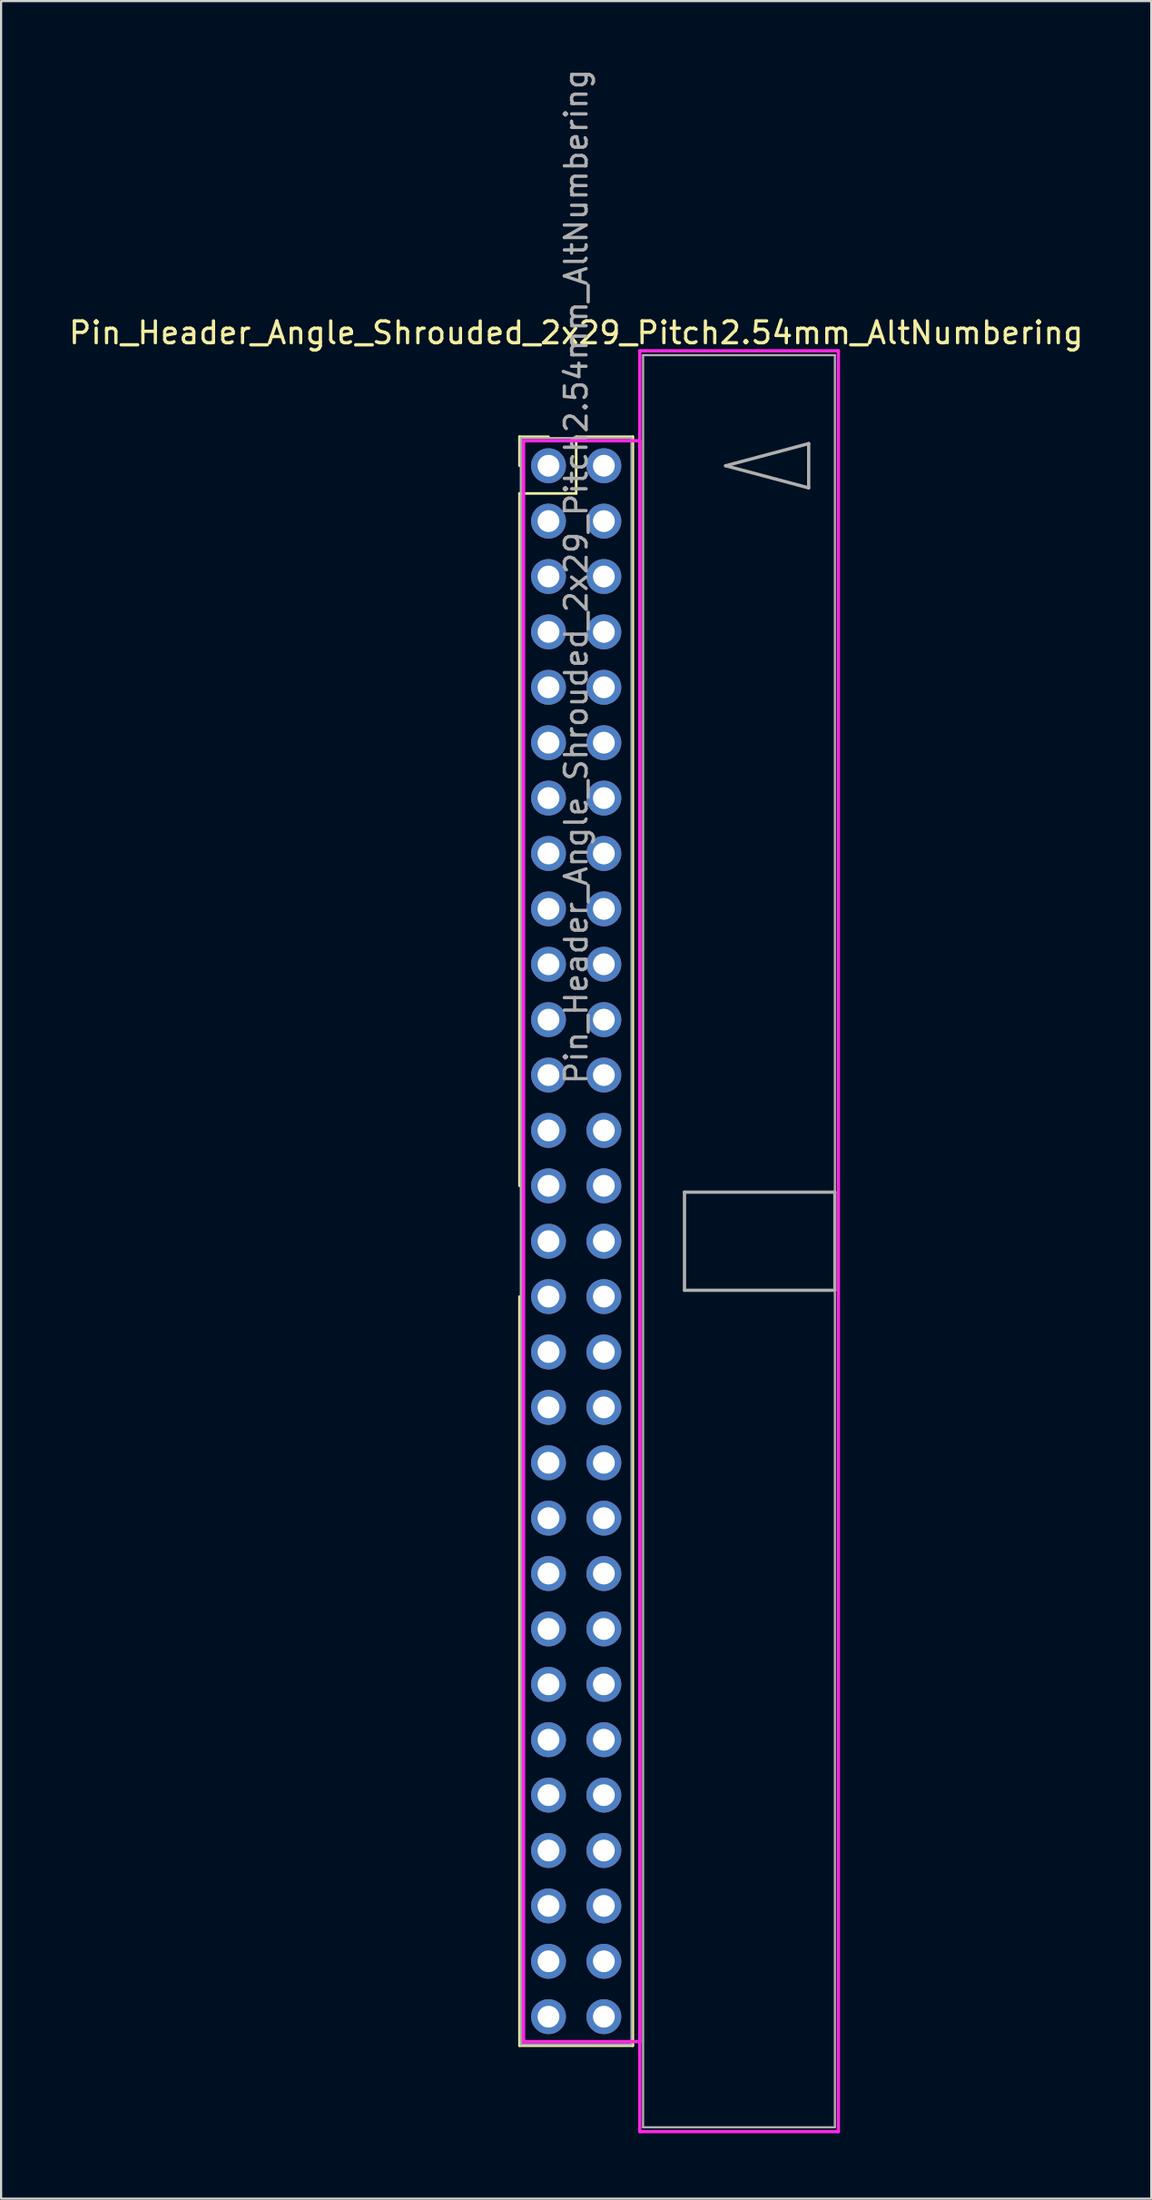
<source format=kicad_pcb>
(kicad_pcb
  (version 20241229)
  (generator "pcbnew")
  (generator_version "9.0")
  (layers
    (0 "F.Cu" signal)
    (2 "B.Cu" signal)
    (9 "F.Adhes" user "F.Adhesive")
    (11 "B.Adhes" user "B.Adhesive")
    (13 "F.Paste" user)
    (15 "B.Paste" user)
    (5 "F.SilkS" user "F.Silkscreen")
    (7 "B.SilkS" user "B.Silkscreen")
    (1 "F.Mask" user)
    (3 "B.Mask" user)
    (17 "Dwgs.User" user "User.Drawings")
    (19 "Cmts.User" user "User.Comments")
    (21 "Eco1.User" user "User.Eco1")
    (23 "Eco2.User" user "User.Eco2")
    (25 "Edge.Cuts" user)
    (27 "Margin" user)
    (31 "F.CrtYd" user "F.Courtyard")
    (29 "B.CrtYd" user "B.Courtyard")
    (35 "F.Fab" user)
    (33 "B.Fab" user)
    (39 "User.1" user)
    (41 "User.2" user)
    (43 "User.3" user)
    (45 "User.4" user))
  (footprint "Pin_Header_Angle_Shrouded_2x29_Pitch2.54mm_AltNumbering"
    (layer "F.Cu")
    (at 22.117 18.307)
    (property "Reference" "Pin_Header_Angle_Shrouded_2x29_Pitch2.54mm_AltNumbering" (at 1.27 -6.096 0) (layer "F.SilkS") (effects (font (size 1 1) (thickness 0.15))))
    (attr through_hole)
    (fp_line (start -1.33 -1.33) (end 0 -1.33) (stroke (width 0.12) (type solid)) (layer "F.SilkS"))
    (fp_line (start -1.33 0) (end -1.33 -1.33) (stroke (width 0.12) (type solid)) (layer "F.SilkS"))
    (fp_line (start -1.33 1.27) (end -1.33 33.02) (stroke (width 0.12) (type solid)) (layer "F.SilkS"))
    (fp_line (start -1.33 1.27) (end 1.27 1.27) (stroke (width 0.12) (type solid)) (layer "F.SilkS"))
    (fp_line (start -1.33 38.1) (end -1.33 72.45) (stroke (width 0.12) (type solid)) (layer "F.SilkS"))
    (fp_line (start -1.33 72.45) (end 3.87 72.45) (stroke (width 0.12) (type solid)) (layer "F.SilkS"))
    (fp_line (start 1.27 -1.33) (end 3.87 -1.33) (stroke (width 0.12) (type solid)) (layer "F.SilkS"))
    (fp_line (start 1.27 1.27) (end 1.27 -1.33) (stroke (width 0.12) (type solid)) (layer "F.SilkS"))
    (fp_line (start 3.87 -1.33) (end 3.87 72.45) (stroke (width 0.12) (type solid)) (layer "F.SilkS"))
    (fp_line (start -1.143 -1.143) (end -1.143 72.263) (stroke (width 0.15) (type solid)) (layer "F.CrtYd"))
    (fp_line (start -1.143 72.263) (end 4.19 72.263) (stroke (width 0.15) (type solid)) (layer "F.CrtYd"))
    (fp_line (start 4.19 -5.27) (end 4.19 76.39) (stroke (width 0.15) (type solid)) (layer "F.CrtYd"))
    (fp_line (start 4.19 -1.143) (end -1.143 -1.143) (stroke (width 0.15) (type solid)) (layer "F.CrtYd"))
    (fp_line (start 4.19 72.263) (end 4.19 -1.143) (stroke (width 0.15) (type solid)) (layer "F.CrtYd"))
    (fp_line (start 4.19 76.39) (end 13.3 76.39) (stroke (width 0.15) (type solid)) (layer "F.CrtYd"))
    (fp_line (start 13.3 -5.27) (end 4.19 -5.27) (stroke (width 0.15) (type solid)) (layer "F.CrtYd"))
    (fp_line (start 13.3 76.39) (end 13.3 -5.27) (stroke (width 0.15) (type solid)) (layer "F.CrtYd"))
    (fp_line (start -1.27 -1.27) (end -1.27 72.39) (stroke (width 0.1) (type solid)) (layer "F.Fab"))
    (fp_line (start -1.27 72.39) (end 3.81 72.39) (stroke (width 0.1) (type solid)) (layer "F.Fab"))
    (fp_line (start 3.81 -1.27) (end -1.27 -1.27) (stroke (width 0.1) (type solid)) (layer "F.Fab"))
    (fp_line (start 3.81 72.39) (end 3.81 -1.27) (stroke (width 0.1) (type solid)) (layer "F.Fab"))
    (fp_line (start 4.34 -5.07) (end 4.34 76.19) (stroke (width 0.1) (type solid)) (layer "F.Fab"))
    (fp_line (start 4.34 76.19) (end 13.14 76.19) (stroke (width 0.1) (type solid)) (layer "F.Fab"))
    (fp_line (start 6.24 33.31) (end 6.24 37.81) (stroke (width 0.15) (type solid)) (layer "F.Fab"))
    (fp_line (start 6.24 37.81) (end 13.14 37.81) (stroke (width 0.15) (type solid)) (layer "F.Fab"))
    (fp_line (start 8.128 0) (end 11.938 -1.016) (stroke (width 0.15) (type solid)) (layer "F.Fab"))
    (fp_line (start 11.938 -1.016) (end 11.938 1.016) (stroke (width 0.15) (type solid)) (layer "F.Fab"))
    (fp_line (start 11.938 1.016) (end 8.128 0) (stroke (width 0.15) (type solid)) (layer "F.Fab"))
    (fp_line (start 13.14 -5.07) (end 4.34 -5.07) (stroke (width 0.1) (type solid)) (layer "F.Fab"))
    (fp_line (start 13.14 33.31) (end 6.24 33.31) (stroke (width 0.15) (type solid)) (layer "F.Fab"))
    (fp_line (start 13.14 37.81) (end 13.14 33.31) (stroke (width 0.15) (type solid)) (layer "F.Fab"))
    (fp_line (start 13.14 76.19) (end 13.14 -5.07) (stroke (width 0.1) (type solid)) (layer "F.Fab"))
    (fp_text user "${REFERENCE}" (at 1.27 5.08 90) (layer "F.Fab") (effects (font (size 1 1) (thickness 0.15))))
    (pad "1" thru_hole oval (at 0 0) (size 1.6 1.6) (drill 1) (layers "*.Cu" "*.Mask"))
    (pad "2" thru_hole oval (at 0 2.54) (size 1.6 1.6) (drill 1) (layers "*.Cu" "*.Mask"))
    (pad "3" thru_hole oval (at 0 5.08) (size 1.6 1.6) (drill 1) (layers "*.Cu" "*.Mask"))
    (pad "4" thru_hole oval (at 0 7.62) (size 1.6 1.6) (drill 1) (layers "*.Cu" "*.Mask"))
    (pad "5" thru_hole oval (at 0 10.16) (size 1.6 1.6) (drill 1) (layers "*.Cu" "*.Mask"))
    (pad "6" thru_hole oval (at 0 12.7) (size 1.6 1.6) (drill 1) (layers "*.Cu" "*.Mask"))
    (pad "7" thru_hole oval (at 0 15.24) (size 1.6 1.6) (drill 1) (layers "*.Cu" "*.Mask"))
    (pad "8" thru_hole oval (at 0 17.78) (size 1.6 1.6) (drill 1) (layers "*.Cu" "*.Mask"))
    (pad "9" thru_hole oval (at 0 20.32) (size 1.6 1.6) (drill 1) (layers "*.Cu" "*.Mask"))
    (pad "10" thru_hole oval (at 0 22.86) (size 1.6 1.6) (drill 1) (layers "*.Cu" "*.Mask"))
    (pad "11" thru_hole oval (at 0 25.4) (size 1.6 1.6) (drill 1) (layers "*.Cu" "*.Mask"))
    (pad "12" thru_hole oval (at 0 27.94) (size 1.6 1.6) (drill 1) (layers "*.Cu" "*.Mask"))
    (pad "13" thru_hole oval (at 0 30.48) (size 1.6 1.6) (drill 1) (layers "*.Cu" "*.Mask"))
    (pad "14" thru_hole oval (at 0 33.02) (size 1.6 1.6) (drill 1) (layers "*.Cu" "*.Mask"))
    (pad "15" thru_hole oval (at 0 35.56) (size 1.6 1.6) (drill 1) (layers "*.Cu" "*.Mask"))
    (pad "16" thru_hole oval (at 0 38.1) (size 1.6 1.6) (drill 1) (layers "*.Cu" "*.Mask"))
    (pad "17" thru_hole oval (at 0 40.64) (size 1.6 1.6) (drill 1) (layers "*.Cu" "*.Mask"))
    (pad "18" thru_hole oval (at 0 43.18) (size 1.6 1.6) (drill 1) (layers "*.Cu" "*.Mask"))
    (pad "19" thru_hole oval (at 0 45.72) (size 1.6 1.6) (drill 1) (layers "*.Cu" "*.Mask"))
    (pad "20" thru_hole oval (at 0 48.26) (size 1.6 1.6) (drill 1) (layers "*.Cu" "*.Mask"))
    (pad "21" thru_hole oval (at 0 50.8) (size 1.6 1.6) (drill 1) (layers "*.Cu" "*.Mask"))
    (pad "22" thru_hole oval (at 0 53.34) (size 1.6 1.6) (drill 1) (layers "*.Cu" "*.Mask"))
    (pad "23" thru_hole oval (at 0 55.88) (size 1.6 1.6) (drill 1) (layers "*.Cu" "*.Mask"))
    (pad "24" thru_hole oval (at 0 58.42) (size 1.6 1.6) (drill 1) (layers "*.Cu" "*.Mask"))
    (pad "25" thru_hole oval (at 0 60.96) (size 1.6 1.6) (drill 1) (layers "*.Cu" "*.Mask"))
    (pad "26" thru_hole oval (at 0 63.5) (size 1.6 1.6) (drill 1) (layers "*.Cu" "*.Mask"))
    (pad "27" thru_hole oval (at 0 66.04) (size 1.6 1.6) (drill 1) (layers "*.Cu" "*.Mask"))
    (pad "28" thru_hole oval (at 0 68.58) (size 1.6 1.6) (drill 1) (layers "*.Cu" "*.Mask"))
    (pad "29" thru_hole oval (at 0 71.12) (size 1.6 1.6) (drill 1) (layers "*.Cu" "*.Mask"))
    (pad "30" thru_hole oval (at 2.54 0) (size 1.6 1.6) (drill 1) (layers "*.Cu" "*.Mask"))
    (pad "31" thru_hole oval (at 2.54 2.54) (size 1.6 1.6) (drill 1) (layers "*.Cu" "*.Mask"))
    (pad "32" thru_hole oval (at 2.54 5.08) (size 1.6 1.6) (drill 1) (layers "*.Cu" "*.Mask"))
    (pad "33" thru_hole oval (at 2.54 7.62) (size 1.6 1.6) (drill 1) (layers "*.Cu" "*.Mask"))
    (pad "34" thru_hole oval (at 2.54 10.16) (size 1.6 1.6) (drill 1) (layers "*.Cu" "*.Mask"))
    (pad "35" thru_hole oval (at 2.54 12.7) (size 1.6 1.6) (drill 1) (layers "*.Cu" "*.Mask"))
    (pad "36" thru_hole oval (at 2.54 15.24) (size 1.6 1.6) (drill 1) (layers "*.Cu" "*.Mask"))
    (pad "37" thru_hole oval (at 2.54 17.78) (size 1.6 1.6) (drill 1) (layers "*.Cu" "*.Mask"))
    (pad "38" thru_hole oval (at 2.54 20.32) (size 1.6 1.6) (drill 1) (layers "*.Cu" "*.Mask"))
    (pad "39" thru_hole oval (at 2.54 22.86) (size 1.6 1.6) (drill 1) (layers "*.Cu" "*.Mask"))
    (pad "40" thru_hole oval (at 2.54 25.4) (size 1.6 1.6) (drill 1) (layers "*.Cu" "*.Mask"))
    (pad "41" thru_hole oval (at 2.54 27.94) (size 1.6 1.6) (drill 1) (layers "*.Cu" "*.Mask"))
    (pad "42" thru_hole oval (at 2.54 30.48) (size 1.6 1.6) (drill 1) (layers "*.Cu" "*.Mask"))
    (pad "43" thru_hole oval (at 2.54 33.02) (size 1.6 1.6) (drill 1) (layers "*.Cu" "*.Mask"))
    (pad "44" thru_hole oval (at 2.54 35.56) (size 1.6 1.6) (drill 1) (layers "*.Cu" "*.Mask"))
    (pad "45" thru_hole oval (at 2.54 38.1) (size 1.6 1.6) (drill 1) (layers "*.Cu" "*.Mask"))
    (pad "46" thru_hole oval (at 2.54 40.64) (size 1.6 1.6) (drill 1) (layers "*.Cu" "*.Mask"))
    (pad "47" thru_hole oval (at 2.54 43.18) (size 1.6 1.6) (drill 1) (layers "*.Cu" "*.Mask"))
    (pad "48" thru_hole oval (at 2.54 45.72) (size 1.6 1.6) (drill 1) (layers "*.Cu" "*.Mask"))
    (pad "49" thru_hole oval (at 2.54 48.26) (size 1.6 1.6) (drill 1) (layers "*.Cu" "*.Mask"))
    (pad "50" thru_hole oval (at 2.54 50.8) (size 1.6 1.6) (drill 1) (layers "*.Cu" "*.Mask"))
    (pad "51" thru_hole oval (at 2.54 53.34) (size 1.6 1.6) (drill 1) (layers "*.Cu" "*.Mask"))
    (pad "52" thru_hole oval (at 2.54 55.88) (size 1.6 1.6) (drill 1) (layers "*.Cu" "*.Mask"))
    (pad "53" thru_hole oval (at 2.54 58.42) (size 1.6 1.6) (drill 1) (layers "*.Cu" "*.Mask"))
    (pad "54" thru_hole oval (at 2.54 60.96) (size 1.6 1.6) (drill 1) (layers "*.Cu" "*.Mask"))
    (pad "55" thru_hole oval (at 2.54 63.5) (size 1.6 1.6) (drill 1) (layers "*.Cu" "*.Mask"))
    (pad "56" thru_hole oval (at 2.54 66.04) (size 1.6 1.6) (drill 1) (layers "*.Cu" "*.Mask"))
    (pad "57" thru_hole oval (at 2.54 68.58) (size 1.6 1.6) (drill 1) (layers "*.Cu" "*.Mask"))
    (pad "58" thru_hole oval (at 2.54 71.12) (size 1.6 1.6) (drill 1) (layers "*.Cu" "*.Mask")))
  (gr_rect
    (start -3 -3)
    (end 49.774 97.772)
    (stroke (width 0.1) (type default))
    (fill no)
    (layer "Edge.Cuts")))
</source>
